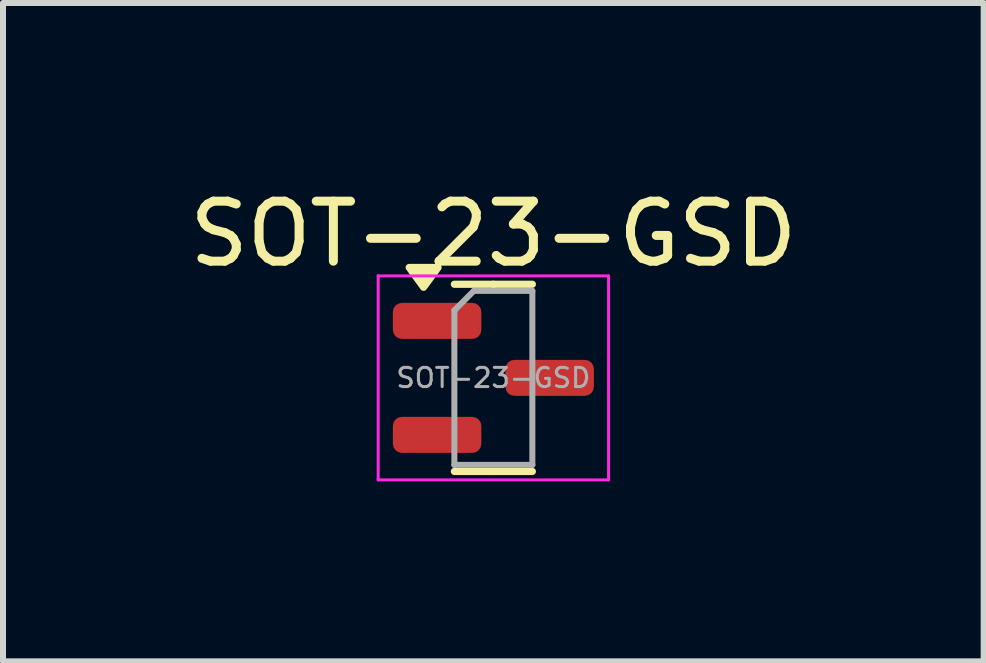
<source format=kicad_pcb>
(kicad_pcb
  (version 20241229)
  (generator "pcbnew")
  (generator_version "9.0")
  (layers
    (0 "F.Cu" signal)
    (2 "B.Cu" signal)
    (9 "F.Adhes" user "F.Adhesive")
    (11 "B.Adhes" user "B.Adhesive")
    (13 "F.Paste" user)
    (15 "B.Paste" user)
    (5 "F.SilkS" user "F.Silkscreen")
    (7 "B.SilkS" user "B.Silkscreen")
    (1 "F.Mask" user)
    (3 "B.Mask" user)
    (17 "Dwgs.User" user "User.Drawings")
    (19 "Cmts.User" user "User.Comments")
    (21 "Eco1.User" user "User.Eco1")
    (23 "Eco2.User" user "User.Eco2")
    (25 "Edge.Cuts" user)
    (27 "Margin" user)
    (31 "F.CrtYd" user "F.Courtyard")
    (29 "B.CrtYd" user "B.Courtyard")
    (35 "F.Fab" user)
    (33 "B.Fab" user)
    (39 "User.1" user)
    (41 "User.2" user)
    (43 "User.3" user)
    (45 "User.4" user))
  (footprint "SOT-23-GSD"
    (layer "F.Cu")
    (at 5.173 3.248)
    (property "Reference" "SOT-23-GSD" (at 0 -2.4 0) (layer "F.SilkS") (effects (font (size 1 1) (thickness 0.15))))
    (attr smd)
    (fp_line (start 0 -1.56) (end -0.65 -1.56) (stroke (width 0.12) (type solid)) (layer "F.SilkS"))
    (fp_line (start 0 -1.56) (end 0.65 -1.56) (stroke (width 0.12) (type solid)) (layer "F.SilkS"))
    (fp_line (start 0 1.56) (end -0.65 1.56) (stroke (width 0.12) (type solid)) (layer "F.SilkS"))
    (fp_line (start 0 1.56) (end 0.65 1.56) (stroke (width 0.12) (type solid)) (layer "F.SilkS"))
    (fp_poly (pts (xy -1.163 -1.51) (xy -1.403 -1.84) (xy -0.922 -1.84) (xy -1.163 -1.51)) (stroke (width 0.12) (type solid)) (fill yes) (layer "F.SilkS"))
    (fp_line (start -1.92 -1.7) (end -1.92 1.7) (stroke (width 0.05) (type solid)) (layer "F.CrtYd"))
    (fp_line (start -1.92 1.7) (end 1.92 1.7) (stroke (width 0.05) (type solid)) (layer "F.CrtYd"))
    (fp_line (start 1.92 -1.7) (end -1.92 -1.7) (stroke (width 0.05) (type solid)) (layer "F.CrtYd"))
    (fp_line (start 1.92 1.7) (end 1.92 -1.7) (stroke (width 0.05) (type solid)) (layer "F.CrtYd"))
    (fp_line (start -0.65 -1.125) (end -0.325 -1.45) (stroke (width 0.1) (type solid)) (layer "F.Fab"))
    (fp_line (start -0.65 1.45) (end -0.65 -1.125) (stroke (width 0.1) (type solid)) (layer "F.Fab"))
    (fp_line (start -0.325 -1.45) (end 0.65 -1.45) (stroke (width 0.1) (type solid)) (layer "F.Fab"))
    (fp_line (start 0.65 -1.45) (end 0.65 1.45) (stroke (width 0.1) (type solid)) (layer "F.Fab"))
    (fp_line (start 0.65 1.45) (end -0.65 1.45) (stroke (width 0.1) (type solid)) (layer "F.Fab"))
    (fp_text user "${REFERENCE}" (at 0 0 0) (layer "F.Fab") (effects (font (size 0.32 0.32) (thickness 0.05))))
    (pad "1" smd roundrect (at -0.938 -0.95) (size 1.475 0.6) (layers "F.Cu" "F.Mask" "F.Paste") (roundrect_rratio 0.25))
    (pad "2" smd roundrect (at -0.938 0.95) (size 1.475 0.6) (layers "F.Cu" "F.Mask" "F.Paste") (roundrect_rratio 0.25))
    (pad "3" smd roundrect (at 0.938 0) (size 1.475 0.6) (layers "F.Cu" "F.Mask" "F.Paste") (roundrect_rratio 0.25)))
  (gr_rect
    (start -3 -3)
    (end 13.345 7.973)
    (stroke (width 0.1) (type default))
    (fill no)
    (layer "Edge.Cuts")))
</source>
